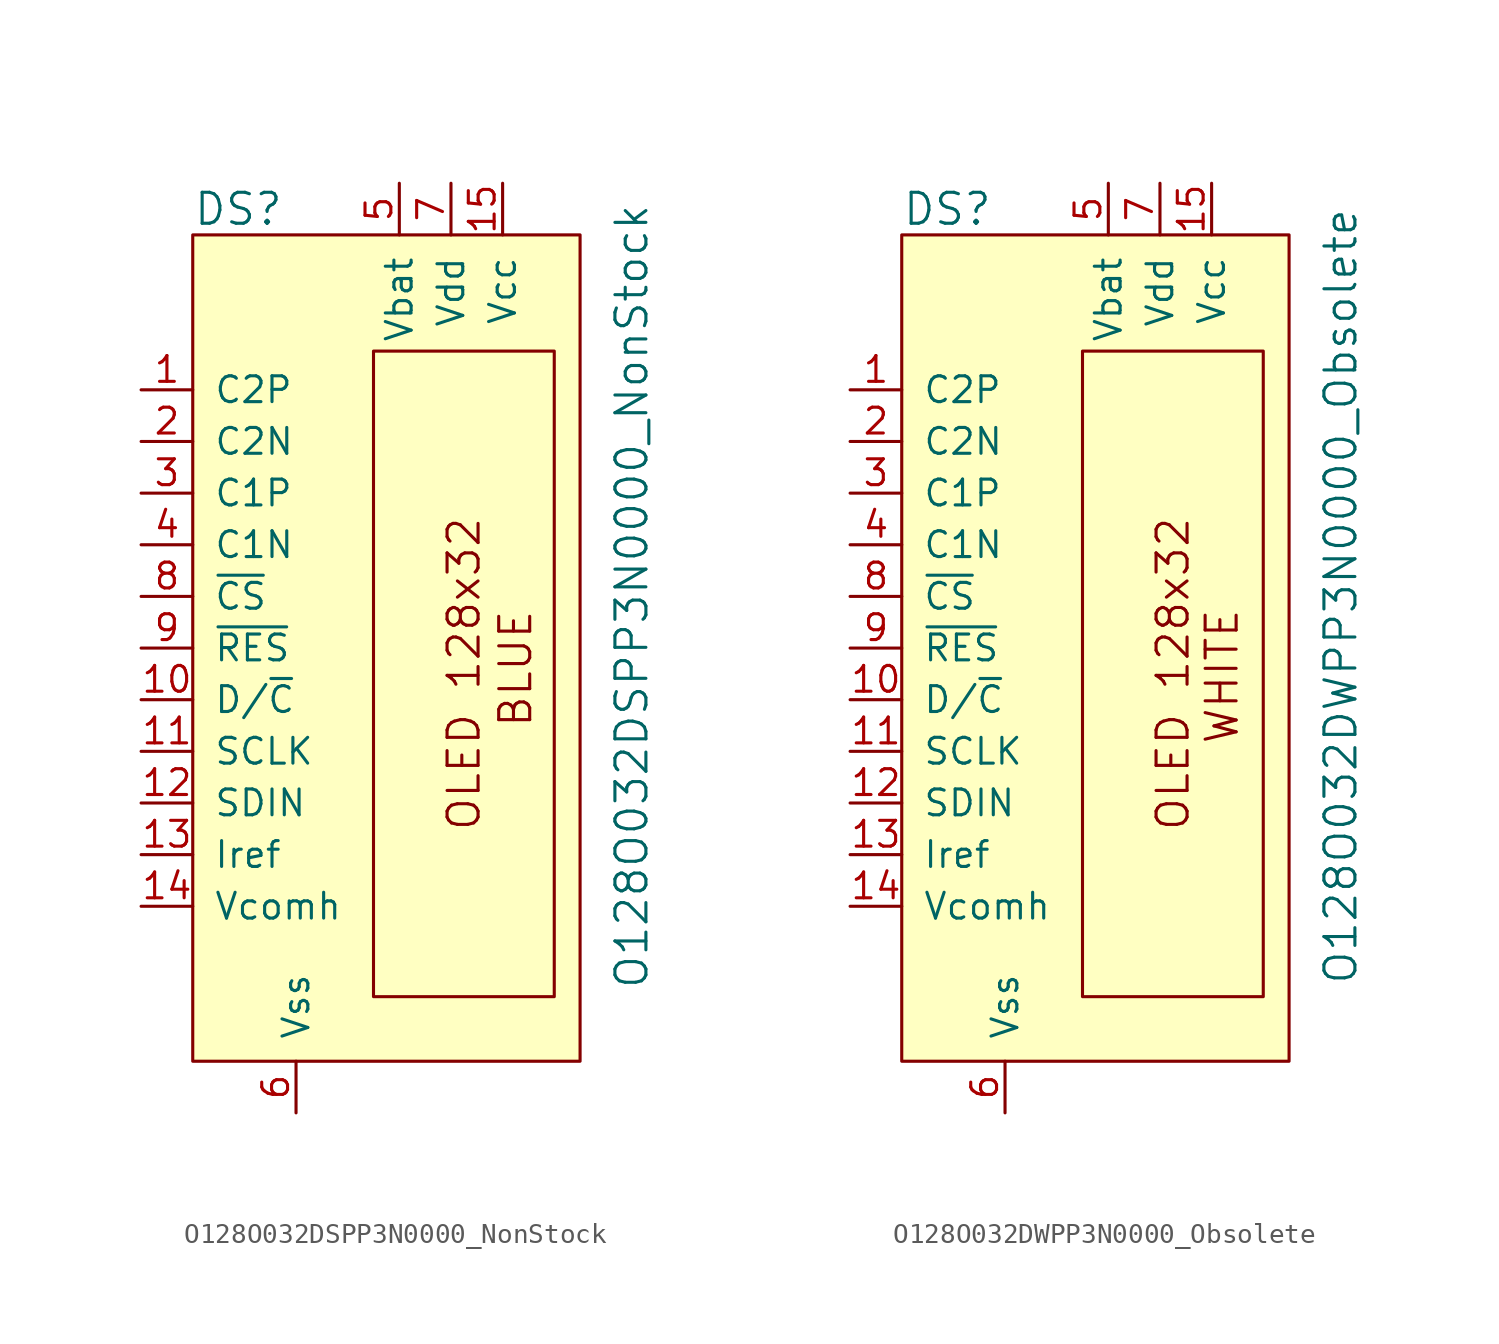
<source format=kicad_sym>
(kicad_symbol_lib
  (version 20211014)
  (generator kicad_symbol_editor)
  (symbol "O128O032DSPP3N0000_NonStock"
    (pin_names
      (offset 1.016))
    (property "Reference" "DS"
      (at -17.78 19.05 0)
      (effects (font (size 1.524 1.524)) (justify left)))
    (property "Value" "O128O032DSPP3N0000_NonStock"
      (at 3.81 0 90)
      (effects (font (size 1.524 1.524))))
    (symbol "O128O032DSPP3N0000_NonStock_0_0"
      (text "BLUE" (at -1.905 -3.556 900) (effects (font (size 1.524 1.524))))
      (text "OLED 128x32" (at -4.445 -3.81 900) (effects (font (size 1.524 1.524)))))
    (symbol "O128O032DSPP3N0000_NonStock_0_1"
      (rectangle (start -17.78 -22.86) (end 1.27 17.78) (stroke (width 0) (type default) (color 0 0 0 0)) (fill (type background)))
      (rectangle (start -8.89 12.065) (end 0 -19.685) (stroke (width 0) (type default) (color 0 0 0 0)) (fill (type none))))
    (symbol "O128O032DSPP3N0000_NonStock_1_1"
      (pin passive line (at -20.32 10.16 0) (length 2.54) (name "C2P" (effects (font (size 1.27 1.27)))) (number "1" (effects (font (size 1.27 1.27)))))
      (pin input line (at -20.32 -5.08 0) (length 2.54) (name "D/~{C}" (effects (font (size 1.27 1.27)))) (number "10" (effects (font (size 1.27 1.27)))))
      (pin input line (at -20.32 -7.62 0) (length 2.54) (name "SCLK" (effects (font (size 1.27 1.27)))) (number "11" (effects (font (size 1.27 1.27)))))
      (pin input line (at -20.32 -10.16 0) (length 2.54) (name "SDIN" (effects (font (size 1.27 1.27)))) (number "12" (effects (font (size 1.27 1.27)))))
      (pin passive line (at -20.32 -12.7 0) (length 2.54) (name "Iref" (effects (font (size 1.27 1.27)))) (number "13" (effects (font (size 1.27 1.27)))))
      (pin input line (at -20.32 -15.24 0) (length 2.54) (name "Vcomh" (effects (font (size 1.27 1.27)))) (number "14" (effects (font (size 1.27 1.27)))))
      (pin input line (at -2.54 20.32 270) (length 2.54) (name "Vcc" (effects (font (size 1.27 1.27)))) (number "15" (effects (font (size 1.27 1.27)))))
      (pin passive line (at -20.32 7.62 0) (length 2.54) (name "C2N" (effects (font (size 1.27 1.27)))) (number "2" (effects (font (size 1.27 1.27)))))
      (pin passive line (at -20.32 5.08 0) (length 2.54) (name "C1P" (effects (font (size 1.27 1.27)))) (number "3" (effects (font (size 1.27 1.27)))))
      (pin passive line (at -20.32 2.54 0) (length 2.54) (name "C1N" (effects (font (size 1.27 1.27)))) (number "4" (effects (font (size 1.27 1.27)))))
      (pin power_in line (at -7.62 20.32 270) (length 2.54) (name "Vbat" (effects (font (size 1.27 1.27)))) (number "5" (effects (font (size 1.27 1.27)))))
      (pin power_in line (at -12.7 -25.4 90) (length 2.54) (name "Vss" (effects (font (size 1.27 1.27)))) (number "6" (effects (font (size 1.27 1.27)))))
      (pin power_in line (at -5.08 20.32 270) (length 2.54) (name "Vdd" (effects (font (size 1.27 1.27)))) (number "7" (effects (font (size 1.27 1.27)))))
      (pin input line (at -20.32 0 0) (length 2.54) (name "~{CS}" (effects (font (size 1.27 1.27)))) (number "8" (effects (font (size 1.27 1.27)))))
      (pin input line (at -20.32 -2.54 0) (length 2.54) (name "~{RES}" (effects (font (size 1.27 1.27)))) (number "9" (effects (font (size 1.27 1.27)))))))
  (symbol "O128O032DWPP3N0000_Obsolete"
    (pin_names
      (offset 1.016))
    (property "Reference" "DS"
      (at -17.78 19.05 0)
      (effects (font (size 1.524 1.524)) (justify left)))
    (property "Value" "O128O032DWPP3N0000_Obsolete"
      (at 3.81 0 90)
      (effects (font (size 1.524 1.524))))
    (symbol "O128O032DWPP3N0000_Obsolete_0_0"
      (text "OLED 128x32" (at -4.445 -3.81 900) (effects (font (size 1.524 1.524))))
      (text "WHITE" (at -2.032 -3.937 900) (effects (font (size 1.524 1.524)))))
    (symbol "O128O032DWPP3N0000_Obsolete_0_1"
      (rectangle (start -17.78 -22.86) (end 1.27 17.78) (stroke (width 0) (type default) (color 0 0 0 0)) (fill (type background)))
      (rectangle (start -8.89 12.065) (end 0 -19.685) (stroke (width 0) (type default) (color 0 0 0 0)) (fill (type none))))
    (symbol "O128O032DWPP3N0000_Obsolete_1_1"
      (pin passive line (at -20.32 10.16 0) (length 2.54) (name "C2P" (effects (font (size 1.27 1.27)))) (number "1" (effects (font (size 1.27 1.27)))))
      (pin input line (at -20.32 -5.08 0) (length 2.54) (name "D/~{C}" (effects (font (size 1.27 1.27)))) (number "10" (effects (font (size 1.27 1.27)))))
      (pin input line (at -20.32 -7.62 0) (length 2.54) (name "SCLK" (effects (font (size 1.27 1.27)))) (number "11" (effects (font (size 1.27 1.27)))))
      (pin input line (at -20.32 -10.16 0) (length 2.54) (name "SDIN" (effects (font (size 1.27 1.27)))) (number "12" (effects (font (size 1.27 1.27)))))
      (pin passive line (at -20.32 -12.7 0) (length 2.54) (name "Iref" (effects (font (size 1.27 1.27)))) (number "13" (effects (font (size 1.27 1.27)))))
      (pin input line (at -20.32 -15.24 0) (length 2.54) (name "Vcomh" (effects (font (size 1.27 1.27)))) (number "14" (effects (font (size 1.27 1.27)))))
      (pin input line (at -2.54 20.32 270) (length 2.54) (name "Vcc" (effects (font (size 1.27 1.27)))) (number "15" (effects (font (size 1.27 1.27)))))
      (pin passive line (at -20.32 7.62 0) (length 2.54) (name "C2N" (effects (font (size 1.27 1.27)))) (number "2" (effects (font (size 1.27 1.27)))))
      (pin passive line (at -20.32 5.08 0) (length 2.54) (name "C1P" (effects (font (size 1.27 1.27)))) (number "3" (effects (font (size 1.27 1.27)))))
      (pin passive line (at -20.32 2.54 0) (length 2.54) (name "C1N" (effects (font (size 1.27 1.27)))) (number "4" (effects (font (size 1.27 1.27)))))
      (pin power_in line (at -7.62 20.32 270) (length 2.54) (name "Vbat" (effects (font (size 1.27 1.27)))) (number "5" (effects (font (size 1.27 1.27)))))
      (pin power_in line (at -12.7 -25.4 90) (length 2.54) (name "Vss" (effects (font (size 1.27 1.27)))) (number "6" (effects (font (size 1.27 1.27)))))
      (pin power_in line (at -5.08 20.32 270) (length 2.54) (name "Vdd" (effects (font (size 1.27 1.27)))) (number "7" (effects (font (size 1.27 1.27)))))
      (pin input line (at -20.32 0 0) (length 2.54) (name "~{CS}" (effects (font (size 1.27 1.27)))) (number "8" (effects (font (size 1.27 1.27)))))
      (pin input line (at -20.32 -2.54 0) (length 2.54) (name "~{RES}" (effects (font (size 1.27 1.27)))) (number "9" (effects (font (size 1.27 1.27))))))))
</source>
